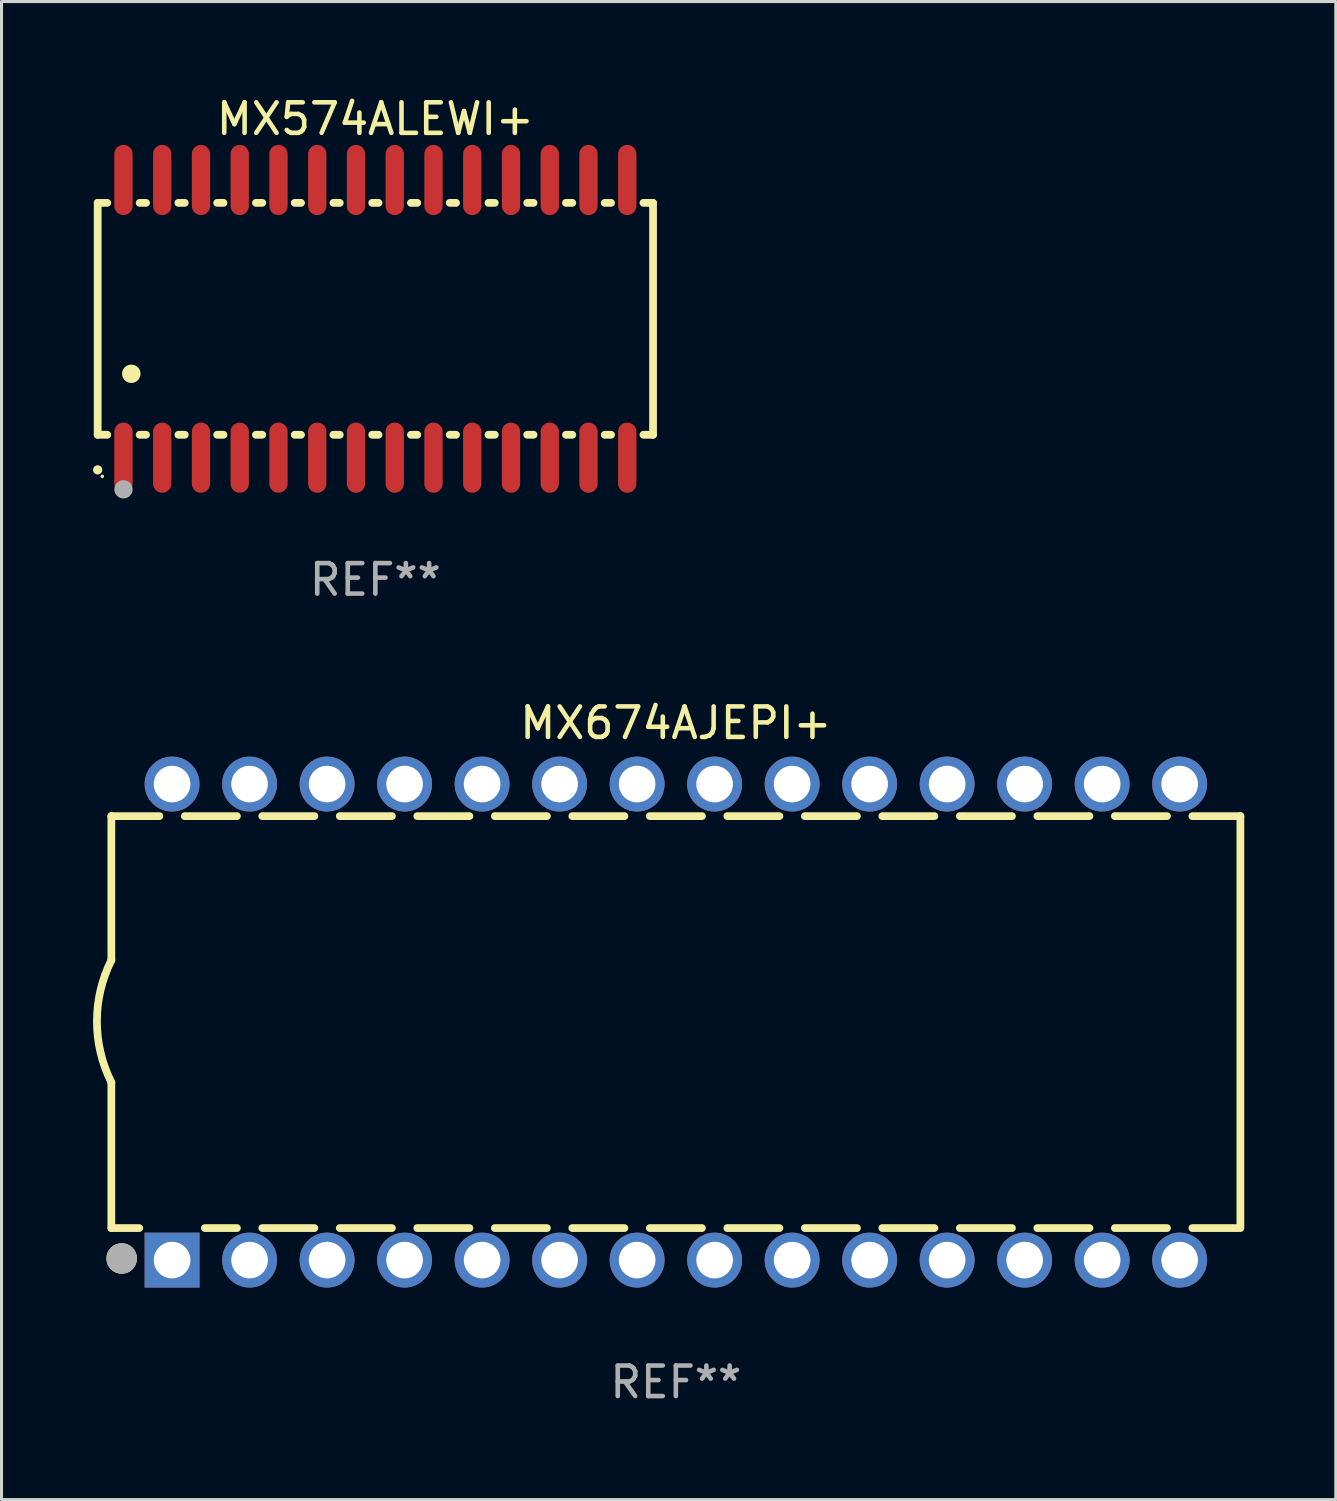
<source format=kicad_pcb>
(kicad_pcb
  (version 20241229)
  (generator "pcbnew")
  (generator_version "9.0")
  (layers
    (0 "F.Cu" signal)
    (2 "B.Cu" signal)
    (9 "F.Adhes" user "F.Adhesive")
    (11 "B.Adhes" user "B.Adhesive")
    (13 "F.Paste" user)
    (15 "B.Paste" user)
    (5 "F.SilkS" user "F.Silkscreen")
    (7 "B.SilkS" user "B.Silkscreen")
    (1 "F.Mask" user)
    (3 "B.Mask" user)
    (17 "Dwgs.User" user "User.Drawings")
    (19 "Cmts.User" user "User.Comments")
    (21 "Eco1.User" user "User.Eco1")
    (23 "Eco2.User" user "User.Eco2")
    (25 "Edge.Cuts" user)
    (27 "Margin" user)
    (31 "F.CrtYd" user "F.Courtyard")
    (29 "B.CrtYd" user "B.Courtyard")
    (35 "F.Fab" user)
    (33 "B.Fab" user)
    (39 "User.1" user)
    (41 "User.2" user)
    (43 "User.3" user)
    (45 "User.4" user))
  (footprint "MX574ALEWI+"
    (layer "F.Cu")
    (at 9.251 7.398)
    (property "Reference" "MX574ALEWI+" (at 0 -6.55 0) (layer "F.SilkS") (effects (font (size 1 1) (thickness 0.15))))
    (attr through_hole)
    (fp_line (start -9.1 -3.8) (end -9.1 3.8) (stroke (width 0.254) (type solid)) (layer "F.SilkS"))
    (fp_line (start -9.1 -3.8) (end -8.786 -3.8) (stroke (width 0.254) (type solid)) (layer "F.SilkS"))
    (fp_line (start -9.1 3.8) (end -8.786 3.8) (stroke (width 0.254) (type solid)) (layer "F.SilkS"))
    (fp_line (start -7.724 -3.8) (end -7.516 -3.8) (stroke (width 0.254) (type solid)) (layer "F.SilkS"))
    (fp_line (start -7.724 3.8) (end -7.516 3.8) (stroke (width 0.254) (type solid)) (layer "F.SilkS"))
    (fp_line (start -6.454 -3.8) (end -6.246 -3.8) (stroke (width 0.254) (type solid)) (layer "F.SilkS"))
    (fp_line (start -6.454 3.8) (end -6.246 3.8) (stroke (width 0.254) (type solid)) (layer "F.SilkS"))
    (fp_line (start -5.184 -3.8) (end -4.976 -3.8) (stroke (width 0.254) (type solid)) (layer "F.SilkS"))
    (fp_line (start -5.184 3.8) (end -4.976 3.8) (stroke (width 0.254) (type solid)) (layer "F.SilkS"))
    (fp_line (start -3.914 -3.8) (end -3.706 -3.8) (stroke (width 0.254) (type solid)) (layer "F.SilkS"))
    (fp_line (start -3.914 3.8) (end -3.706 3.8) (stroke (width 0.254) (type solid)) (layer "F.SilkS"))
    (fp_line (start -2.644 -3.8) (end -2.436 -3.8) (stroke (width 0.254) (type solid)) (layer "F.SilkS"))
    (fp_line (start -2.644 3.8) (end -2.436 3.8) (stroke (width 0.254) (type solid)) (layer "F.SilkS"))
    (fp_line (start -1.374 -3.8) (end -1.166 -3.8) (stroke (width 0.254) (type solid)) (layer "F.SilkS"))
    (fp_line (start -1.374 3.8) (end -1.166 3.8) (stroke (width 0.254) (type solid)) (layer "F.SilkS"))
    (fp_line (start -0.104 -3.8) (end 0.104 -3.8) (stroke (width 0.254) (type solid)) (layer "F.SilkS"))
    (fp_line (start -0.104 3.8) (end 0.104 3.8) (stroke (width 0.254) (type solid)) (layer "F.SilkS"))
    (fp_line (start 1.166 -3.8) (end 1.374 -3.8) (stroke (width 0.254) (type solid)) (layer "F.SilkS"))
    (fp_line (start 1.166 3.8) (end 1.374 3.8) (stroke (width 0.254) (type solid)) (layer "F.SilkS"))
    (fp_line (start 2.436 -3.8) (end 2.644 -3.8) (stroke (width 0.254) (type solid)) (layer "F.SilkS"))
    (fp_line (start 2.436 3.8) (end 2.644 3.8) (stroke (width 0.254) (type solid)) (layer "F.SilkS"))
    (fp_line (start 3.706 -3.8) (end 3.914 -3.8) (stroke (width 0.254) (type solid)) (layer "F.SilkS"))
    (fp_line (start 3.706 3.8) (end 3.914 3.8) (stroke (width 0.254) (type solid)) (layer "F.SilkS"))
    (fp_line (start 4.976 -3.8) (end 5.184 -3.8) (stroke (width 0.254) (type solid)) (layer "F.SilkS"))
    (fp_line (start 4.976 3.8) (end 5.184 3.8) (stroke (width 0.254) (type solid)) (layer "F.SilkS"))
    (fp_line (start 6.246 -3.8) (end 6.454 -3.8) (stroke (width 0.254) (type solid)) (layer "F.SilkS"))
    (fp_line (start 6.246 3.8) (end 6.454 3.8) (stroke (width 0.254) (type solid)) (layer "F.SilkS"))
    (fp_line (start 7.516 -3.8) (end 7.724 -3.8) (stroke (width 0.254) (type solid)) (layer "F.SilkS"))
    (fp_line (start 7.516 3.8) (end 7.724 3.8) (stroke (width 0.254) (type solid)) (layer "F.SilkS"))
    (fp_line (start 8.786 -3.8) (end 9.1 -3.8) (stroke (width 0.254) (type solid)) (layer "F.SilkS"))
    (fp_line (start 8.786 3.8) (end 9.1 3.8) (stroke (width 0.254) (type solid)) (layer "F.SilkS"))
    (fp_line (start 9.1 -3.8) (end 9.1 3.8) (stroke (width 0.254) (type solid)) (layer "F.SilkS"))
    (fp_arc (start -9.100864 4.95047) (mid -9.099594 4.950465) (end -9.098324 4.95047) (stroke (width 0.3) (type solid)) (layer "F.SilkS"))
    (fp_arc (start -8.001041 1.800864) (mid -7.998501 1.800853) (end -7.995961 1.800864) (stroke (width 0.6) (type solid)) (layer "F.SilkS"))
    (fp_circle (center -8.95 5.163) (end -8.92 5.163) (stroke (width 0.06) (type solid)) (fill no) (layer "F.SilkS"))
    (fp_circle (center -8.255 5.588) (end -8.105 5.588) (stroke (width 0.3) (type solid)) (fill no) (layer "F.Fab"))
    (fp_text user "REF**" (at 0 8.55 0) (layer "F.Fab") (effects (font (size 1 1) (thickness 0.15))))
    (pad "1" smd oval (at -8.255 4.55 180) (size 0.6 2.3) (layers "F.Cu" "F.Mask" "F.Paste"))
    (pad "2" smd oval (at -6.985 4.55 180) (size 0.6 2.3) (layers "F.Cu" "F.Mask" "F.Paste"))
    (pad "3" smd oval (at -5.715 4.55 180) (size 0.6 2.3) (layers "F.Cu" "F.Mask" "F.Paste"))
    (pad "4" smd oval (at -4.445 4.55 180) (size 0.6 2.3) (layers "F.Cu" "F.Mask" "F.Paste"))
    (pad "5" smd oval (at -3.175 4.55 180) (size 0.6 2.3) (layers "F.Cu" "F.Mask" "F.Paste"))
    (pad "6" smd oval (at -1.905 4.55 180) (size 0.6 2.3) (layers "F.Cu" "F.Mask" "F.Paste"))
    (pad "7" smd oval (at -0.635 4.55 180) (size 0.6 2.3) (layers "F.Cu" "F.Mask" "F.Paste"))
    (pad "8" smd oval (at 0.635 4.55 180) (size 0.6 2.3) (layers "F.Cu" "F.Mask" "F.Paste"))
    (pad "9" smd oval (at 1.905 4.55 180) (size 0.6 2.3) (layers "F.Cu" "F.Mask" "F.Paste"))
    (pad "10" smd oval (at 3.175 4.55 180) (size 0.6 2.3) (layers "F.Cu" "F.Mask" "F.Paste"))
    (pad "11" smd oval (at 4.445 4.55 180) (size 0.6 2.3) (layers "F.Cu" "F.Mask" "F.Paste"))
    (pad "12" smd oval (at 5.715 4.55 180) (size 0.6 2.3) (layers "F.Cu" "F.Mask" "F.Paste"))
    (pad "13" smd oval (at 6.985 4.55 180) (size 0.6 2.3) (layers "F.Cu" "F.Mask" "F.Paste"))
    (pad "14" smd oval (at 8.255 4.55 180) (size 0.6 2.3) (layers "F.Cu" "F.Mask" "F.Paste"))
    (pad "15" smd oval (at 8.255 -4.55 180) (size 0.6 2.3) (layers "F.Cu" "F.Mask" "F.Paste"))
    (pad "16" smd oval (at 6.985 -4.55 180) (size 0.6 2.3) (layers "F.Cu" "F.Mask" "F.Paste"))
    (pad "17" smd oval (at 5.715 -4.55 180) (size 0.6 2.3) (layers "F.Cu" "F.Mask" "F.Paste"))
    (pad "18" smd oval (at 4.445 -4.55 180) (size 0.6 2.3) (layers "F.Cu" "F.Mask" "F.Paste"))
    (pad "19" smd oval (at 3.175 -4.55 180) (size 0.6 2.3) (layers "F.Cu" "F.Mask" "F.Paste"))
    (pad "20" smd oval (at 1.905 -4.55 180) (size 0.6 2.3) (layers "F.Cu" "F.Mask" "F.Paste"))
    (pad "21" smd oval (at 0.635 -4.55 180) (size 0.6 2.3) (layers "F.Cu" "F.Mask" "F.Paste"))
    (pad "22" smd oval (at -0.635 -4.55 180) (size 0.6 2.3) (layers "F.Cu" "F.Mask" "F.Paste"))
    (pad "23" smd oval (at -1.905 -4.55 180) (size 0.6 2.3) (layers "F.Cu" "F.Mask" "F.Paste"))
    (pad "24" smd oval (at -3.175 -4.55 180) (size 0.6 2.3) (layers "F.Cu" "F.Mask" "F.Paste"))
    (pad "25" smd oval (at -4.445 -4.55 180) (size 0.6 2.3) (layers "F.Cu" "F.Mask" "F.Paste"))
    (pad "26" smd oval (at -5.715 -4.55 180) (size 0.6 2.3) (layers "F.Cu" "F.Mask" "F.Paste"))
    (pad "27" smd oval (at -6.985 -4.55 180) (size 0.6 2.3) (layers "F.Cu" "F.Mask" "F.Paste"))
    (pad "28" smd oval (at -8.255 -4.55 180) (size 0.6 2.3) (layers "F.Cu" "F.Mask" "F.Paste")))
  (footprint "MX674AJEPI+"
    (layer "F.Cu")
    (at 19.099 30.445)
    (property "Reference" "MX674AJEPI+" (at 0 -9.8 0) (layer "F.SilkS") (effects (font (size 1 1) (thickness 0.15))))
    (attr through_hole)
    (fp_line (start -18.5 -6.75) (end -18.5 -2.026) (stroke (width 0.254) (type solid)) (layer "F.SilkS"))
    (fp_line (start -18.5 -6.75) (end -16.926 -6.75) (stroke (width 0.254) (type solid)) (layer "F.SilkS"))
    (fp_line (start -18.5 6.75) (end -18.5 1.974) (stroke (width 0.254) (type solid)) (layer "F.SilkS"))
    (fp_line (start -18.5 6.75) (end -17.584 6.75) (stroke (width 0.254) (type solid)) (layer "F.SilkS"))
    (fp_line (start -16.094 -6.75) (end -14.386 -6.75) (stroke (width 0.254) (type solid)) (layer "F.SilkS"))
    (fp_line (start -15.436 6.75) (end -14.386 6.75) (stroke (width 0.254) (type solid)) (layer "F.SilkS"))
    (fp_line (start -13.554 -6.75) (end -11.846 -6.75) (stroke (width 0.254) (type solid)) (layer "F.SilkS"))
    (fp_line (start -13.554 6.75) (end -11.846 6.75) (stroke (width 0.254) (type solid)) (layer "F.SilkS"))
    (fp_line (start -11.014 -6.75) (end -9.306 -6.75) (stroke (width 0.254) (type solid)) (layer "F.SilkS"))
    (fp_line (start -11.014 6.75) (end -9.306 6.75) (stroke (width 0.254) (type solid)) (layer "F.SilkS"))
    (fp_line (start -8.474 -6.75) (end -6.766 -6.75) (stroke (width 0.254) (type solid)) (layer "F.SilkS"))
    (fp_line (start -8.474 6.75) (end -6.766 6.75) (stroke (width 0.254) (type solid)) (layer "F.SilkS"))
    (fp_line (start -5.934 -6.75) (end -4.226 -6.75) (stroke (width 0.254) (type solid)) (layer "F.SilkS"))
    (fp_line (start -5.934 6.75) (end -4.226 6.75) (stroke (width 0.254) (type solid)) (layer "F.SilkS"))
    (fp_line (start -3.394 -6.75) (end -1.686 -6.75) (stroke (width 0.254) (type solid)) (layer "F.SilkS"))
    (fp_line (start -3.394 6.75) (end -1.686 6.75) (stroke (width 0.254) (type solid)) (layer "F.SilkS"))
    (fp_line (start -0.854 -6.75) (end 0.854 -6.75) (stroke (width 0.254) (type solid)) (layer "F.SilkS"))
    (fp_line (start -0.854 6.75) (end 0.854 6.75) (stroke (width 0.254) (type solid)) (layer "F.SilkS"))
    (fp_line (start 1.686 -6.75) (end 3.394 -6.75) (stroke (width 0.254) (type solid)) (layer "F.SilkS"))
    (fp_line (start 1.686 6.75) (end 3.394 6.75) (stroke (width 0.254) (type solid)) (layer "F.SilkS"))
    (fp_line (start 4.226 -6.75) (end 5.934 -6.75) (stroke (width 0.254) (type solid)) (layer "F.SilkS"))
    (fp_line (start 4.226 6.75) (end 5.934 6.75) (stroke (width 0.254) (type solid)) (layer "F.SilkS"))
    (fp_line (start 6.766 -6.75) (end 8.474 -6.75) (stroke (width 0.254) (type solid)) (layer "F.SilkS"))
    (fp_line (start 6.766 6.75) (end 8.474 6.75) (stroke (width 0.254) (type solid)) (layer "F.SilkS"))
    (fp_line (start 9.306 -6.75) (end 11.014 -6.75) (stroke (width 0.254) (type solid)) (layer "F.SilkS"))
    (fp_line (start 9.306 6.75) (end 11.014 6.75) (stroke (width 0.254) (type solid)) (layer "F.SilkS"))
    (fp_line (start 11.846 -6.75) (end 13.554 -6.75) (stroke (width 0.254) (type solid)) (layer "F.SilkS"))
    (fp_line (start 11.846 6.75) (end 13.554 6.75) (stroke (width 0.254) (type solid)) (layer "F.SilkS"))
    (fp_line (start 14.386 -6.75) (end 16.094 -6.75) (stroke (width 0.254) (type solid)) (layer "F.SilkS"))
    (fp_line (start 14.386 6.75) (end 16.094 6.75) (stroke (width 0.254) (type solid)) (layer "F.SilkS"))
    (fp_line (start 16.926 -6.75) (end 18.5 -6.75) (stroke (width 0.254) (type solid)) (layer "F.SilkS"))
    (fp_line (start 16.926 6.75) (end 18.415 6.75) (stroke (width 0.254) (type solid)) (layer "F.SilkS"))
    (fp_line (start 18.5 6.75) (end 18.5 -6.75) (stroke (width 0.254) (type solid)) (layer "F.SilkS"))
    (fp_arc (start -18.500051 1.974384) (mid -18.972187 -0.025616) (end -18.500051 -2.025616) (stroke (width 0.254001) (type solid)) (layer "F.SilkS"))
    (fp_circle (center -18.5 7.8) (end -18.47 7.8) (stroke (width 0.06) (type solid)) (fill no) (layer "F.SilkS"))
    (fp_circle (center -18.161 7.747) (end -17.911 7.747) (stroke (width 0.5) (type solid)) (fill no) (layer "F.SilkS"))
    (fp_circle (center -18.161 7.747) (end -17.911 7.747) (stroke (width 0.5) (type solid)) (fill no) (layer "F.Fab"))
    (fp_text user "REF**" (at 0 11.8 0) (layer "F.Fab") (effects (font (size 1 1) (thickness 0.15))))
    (pad "1" thru_hole rect (at -16.51 7.8) (size 1.8 1.8) (drill 1.2) (layers "*.Cu" "*.Mask"))
    (pad "2" thru_hole circle (at -13.97 7.8) (size 1.8 1.8) (drill 1.2) (layers "*.Cu" "*.Mask"))
    (pad "3" thru_hole circle (at -11.43 7.8) (size 1.8 1.8) (drill 1.2) (layers "*.Cu" "*.Mask"))
    (pad "4" thru_hole circle (at -8.89 7.8) (size 1.8 1.8) (drill 1.2) (layers "*.Cu" "*.Mask"))
    (pad "5" thru_hole circle (at -6.35 7.8) (size 1.8 1.8) (drill 1.2) (layers "*.Cu" "*.Mask"))
    (pad "6" thru_hole circle (at -3.81 7.8) (size 1.8 1.8) (drill 1.2) (layers "*.Cu" "*.Mask"))
    (pad "7" thru_hole circle (at -1.27 7.8) (size 1.8 1.8) (drill 1.2) (layers "*.Cu" "*.Mask"))
    (pad "8" thru_hole circle (at 1.27 7.8) (size 1.8 1.8) (drill 1.2) (layers "*.Cu" "*.Mask"))
    (pad "9" thru_hole circle (at 3.81 7.8) (size 1.8 1.8) (drill 1.2) (layers "*.Cu" "*.Mask"))
    (pad "10" thru_hole circle (at 6.35 7.8) (size 1.8 1.8) (drill 1.2) (layers "*.Cu" "*.Mask"))
    (pad "11" thru_hole circle (at 8.89 7.8) (size 1.8 1.8) (drill 1.2) (layers "*.Cu" "*.Mask"))
    (pad "12" thru_hole circle (at 11.43 7.8) (size 1.8 1.8) (drill 1.2) (layers "*.Cu" "*.Mask"))
    (pad "13" thru_hole circle (at 13.97 7.8) (size 1.8 1.8) (drill 1.2) (layers "*.Cu" "*.Mask"))
    (pad "14" thru_hole circle (at 16.51 7.8) (size 1.8 1.8) (drill 1.2) (layers "*.Cu" "*.Mask"))
    (pad "15" thru_hole circle (at 16.51 -7.8) (size 1.8 1.8) (drill 1.2) (layers "*.Cu" "*.Mask"))
    (pad "16" thru_hole circle (at 13.97 -7.8) (size 1.8 1.8) (drill 1.2) (layers "*.Cu" "*.Mask"))
    (pad "17" thru_hole circle (at 11.43 -7.8) (size 1.8 1.8) (drill 1.2) (layers "*.Cu" "*.Mask"))
    (pad "18" thru_hole circle (at 8.89 -7.8) (size 1.8 1.8) (drill 1.2) (layers "*.Cu" "*.Mask"))
    (pad "19" thru_hole circle (at 6.35 -7.8) (size 1.8 1.8) (drill 1.2) (layers "*.Cu" "*.Mask"))
    (pad "20" thru_hole circle (at 3.81 -7.8) (size 1.8 1.8) (drill 1.2) (layers "*.Cu" "*.Mask"))
    (pad "21" thru_hole circle (at 1.27 -7.8) (size 1.8 1.8) (drill 1.2) (layers "*.Cu" "*.Mask"))
    (pad "22" thru_hole circle (at -1.27 -7.8) (size 1.8 1.8) (drill 1.2) (layers "*.Cu" "*.Mask"))
    (pad "23" thru_hole circle (at -3.81 -7.8) (size 1.8 1.8) (drill 1.2) (layers "*.Cu" "*.Mask"))
    (pad "24" thru_hole circle (at -6.35 -7.8) (size 1.8 1.8) (drill 1.2) (layers "*.Cu" "*.Mask"))
    (pad "25" thru_hole circle (at -8.89 -7.8) (size 1.8 1.8) (drill 1.2) (layers "*.Cu" "*.Mask"))
    (pad "26" thru_hole circle (at -11.43 -7.8) (size 1.8 1.8) (drill 1.2) (layers "*.Cu" "*.Mask"))
    (pad "27" thru_hole circle (at -13.97 -7.8) (size 1.8 1.8) (drill 1.2) (layers "*.Cu" "*.Mask"))
    (pad "28" thru_hole circle (at -16.51 -7.8) (size 1.8 1.8) (drill 1.2) (layers "*.Cu" "*.Mask")))
  (gr_rect
    (start -3 -3)
    (end 40.726 46.093)
    (stroke (width 0.1) (type default))
    (fill no)
    (layer "Edge.Cuts")))
</source>
